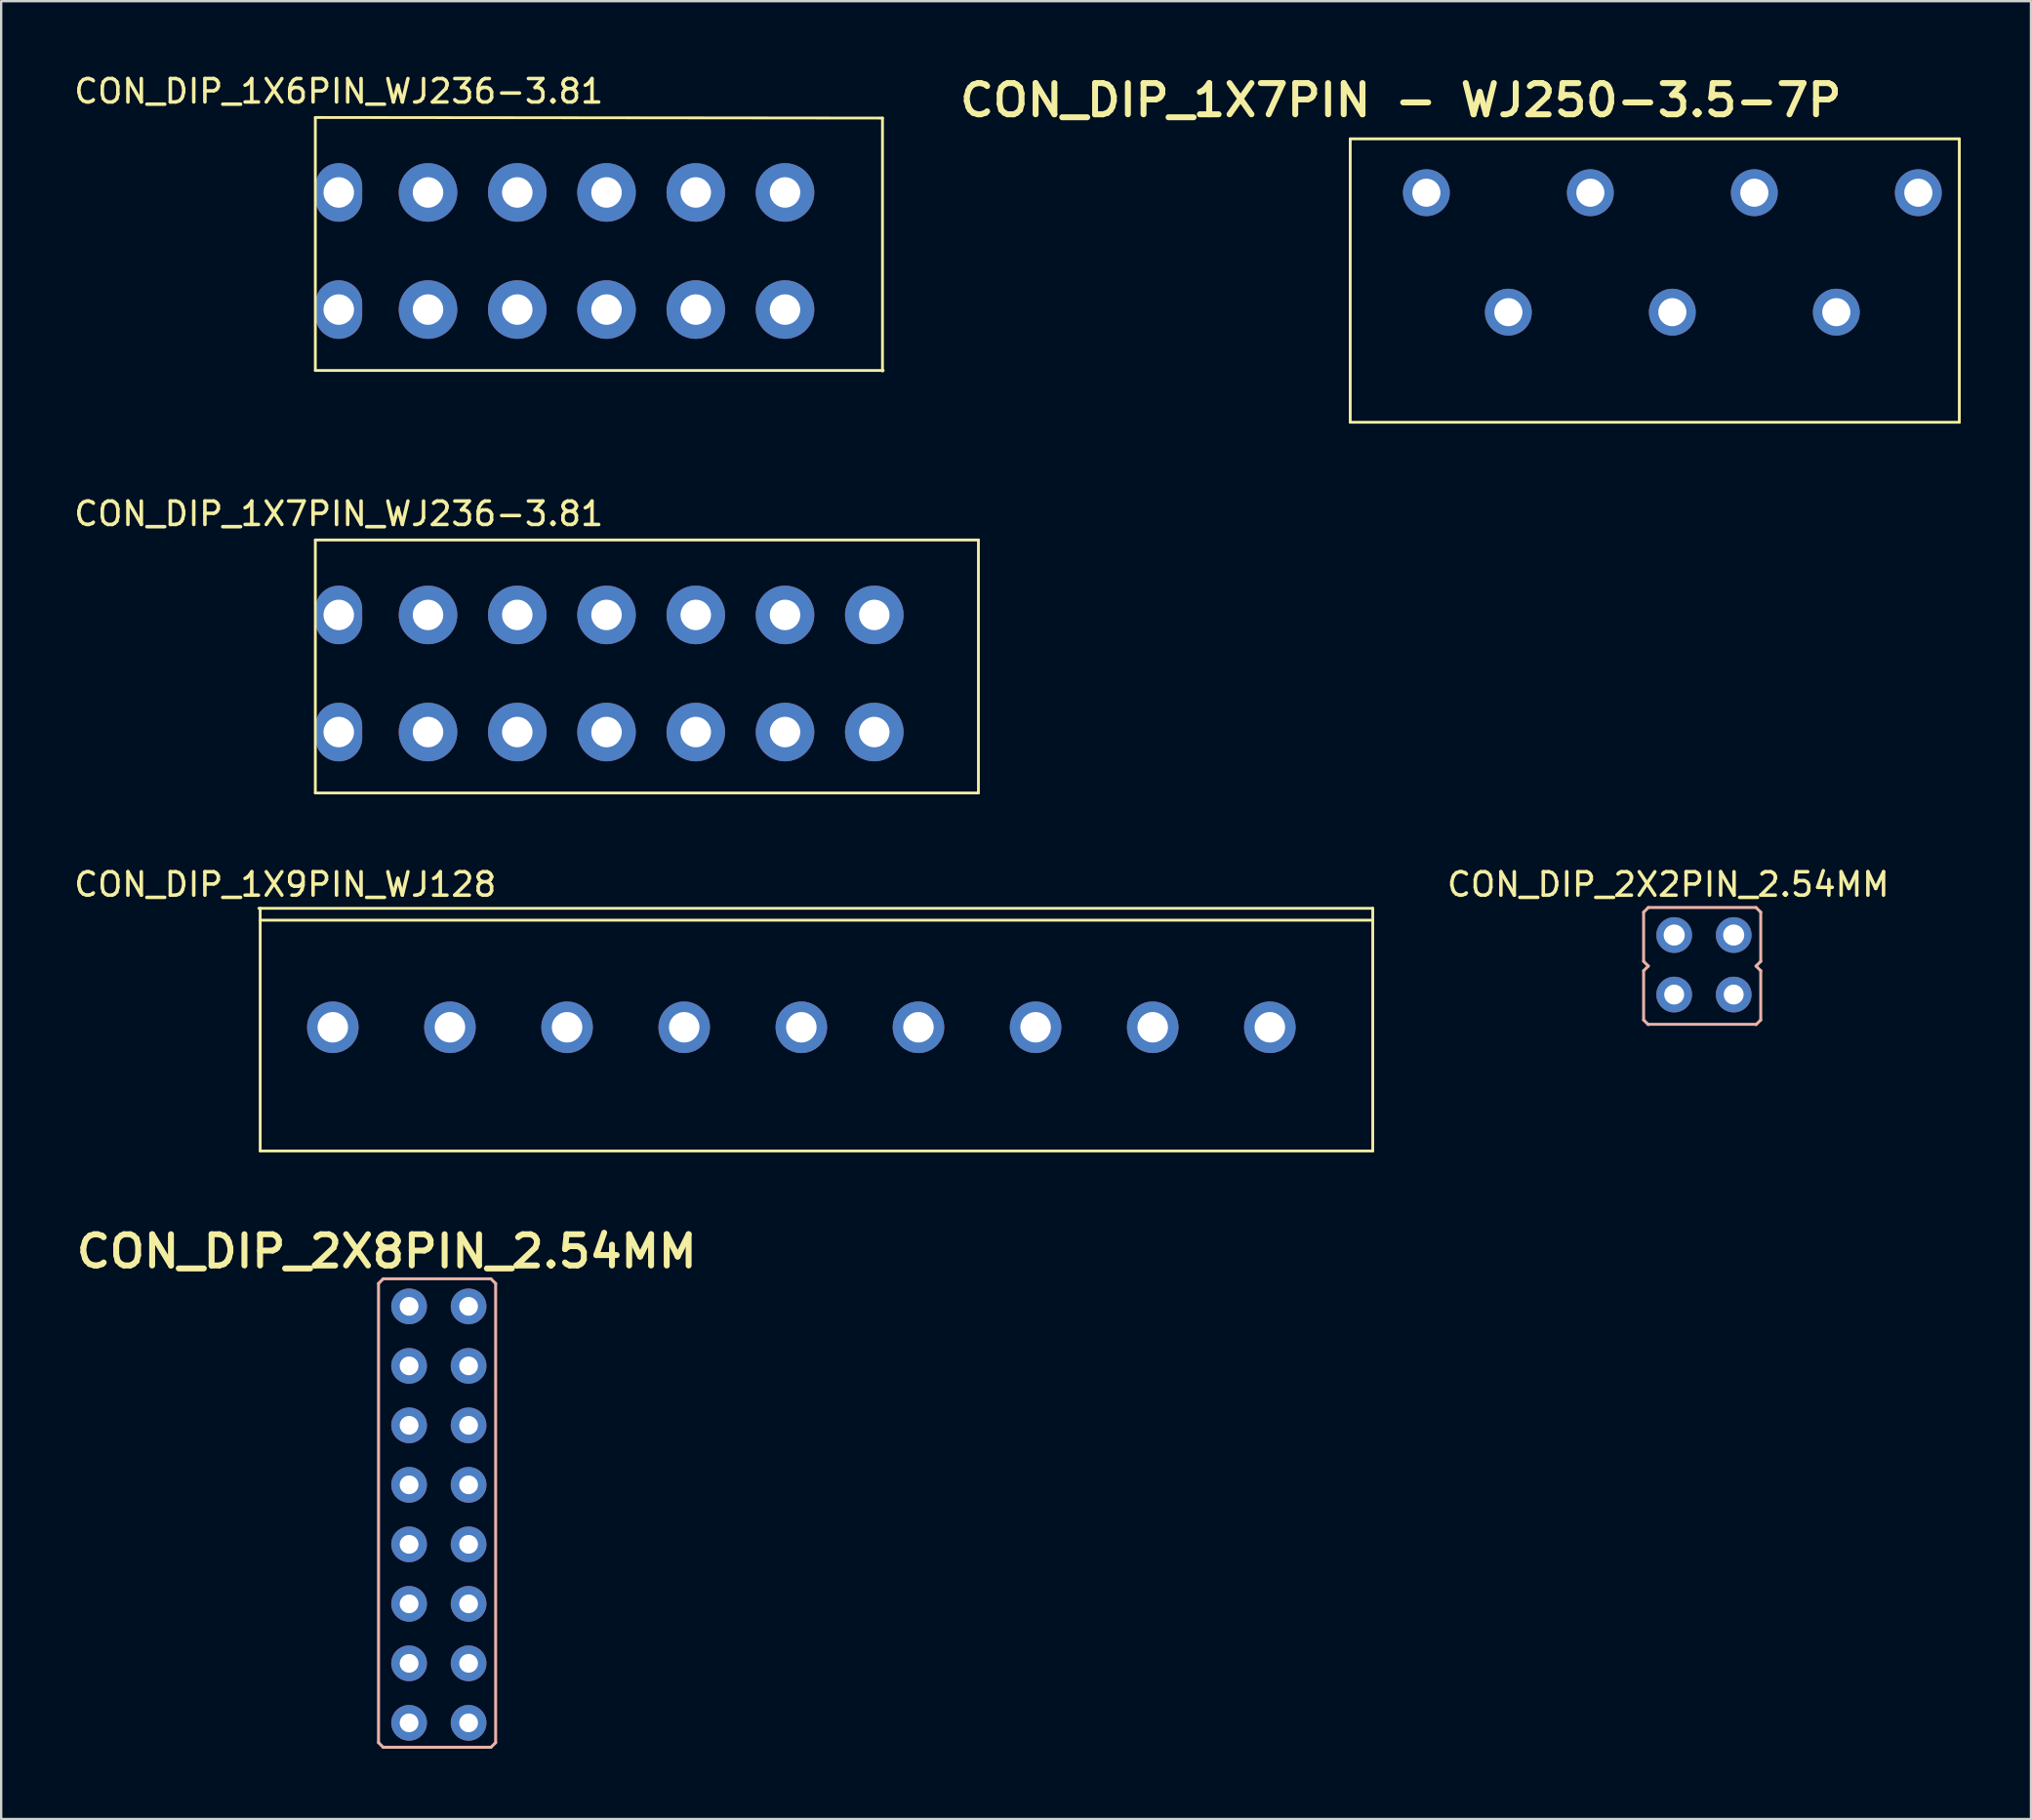
<source format=kicad_pcb>
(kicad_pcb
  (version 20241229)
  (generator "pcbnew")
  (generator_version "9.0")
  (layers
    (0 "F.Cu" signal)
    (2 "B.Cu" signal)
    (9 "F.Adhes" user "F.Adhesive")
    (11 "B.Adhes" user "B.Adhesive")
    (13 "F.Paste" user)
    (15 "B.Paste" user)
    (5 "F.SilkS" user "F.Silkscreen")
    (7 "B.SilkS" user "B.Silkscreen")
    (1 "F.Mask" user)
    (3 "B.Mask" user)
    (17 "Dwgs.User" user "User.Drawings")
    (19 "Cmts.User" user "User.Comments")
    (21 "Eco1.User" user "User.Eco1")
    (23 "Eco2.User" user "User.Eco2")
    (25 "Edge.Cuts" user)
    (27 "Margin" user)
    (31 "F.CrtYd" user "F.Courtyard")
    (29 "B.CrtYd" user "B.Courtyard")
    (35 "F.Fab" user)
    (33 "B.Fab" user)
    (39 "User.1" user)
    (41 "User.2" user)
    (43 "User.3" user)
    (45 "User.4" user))
  (footprint "CON_DIP_1X7PIN_WJ236-3.81"
    (layer "F.Cu")
    (at 22.841 25.997)
    (property "Reference" "CON_DIP_1X7PIN_WJ236-3.81" (at -11.43 -7.112 0) (layer "F.SilkS") (effects (font (size 1 1) (thickness 0.15))))
    (attr through_hole)
    (fp_line (start -12.43 -5.994) (end -12.43 4.806) (stroke (width 0.12) (type solid)) (layer "F.SilkS"))
    (fp_line (start -12.43 4.806) (end 15.875 4.806) (stroke (width 0.12) (type solid)) (layer "F.SilkS"))
    (fp_line (start 15.875 -5.994) (end -12.43 -5.994) (stroke (width 0.12) (type solid)) (layer "F.SilkS"))
    (fp_line (start 15.875 4.806) (end 15.875 -5.994) (stroke (width 0.12) (type solid)) (layer "F.SilkS"))
    (pad "1" thru_hole oval (at -11.43 -2.794) (size 2 2.5) (drill 1.3) (layers "*.Cu" "*.Mask"))
    (pad "1" thru_hole oval (at -11.43 2.206) (size 2 2.5) (drill 1.3) (layers "*.Cu" "*.Mask"))
    (pad "2" thru_hole circle (at -7.62 -2.794) (size 2.5 2.5) (drill 1.3) (layers "*.Cu" "*.Mask"))
    (pad "2" thru_hole circle (at -7.62 2.206) (size 2.5 2.5) (drill 1.3) (layers "*.Cu" "*.Mask"))
    (pad "3" thru_hole circle (at -3.81 -2.794) (size 2.5 2.5) (drill 1.3) (layers "*.Cu" "*.Mask"))
    (pad "3" thru_hole circle (at -3.81 2.206) (size 2.5 2.5) (drill 1.3) (layers "*.Cu" "*.Mask"))
    (pad "4" thru_hole circle (at 0 -2.794) (size 2.5 2.5) (drill 1.3) (layers "*.Cu" "*.Mask"))
    (pad "4" thru_hole circle (at 0 2.206) (size 2.5 2.5) (drill 1.3) (layers "*.Cu" "*.Mask"))
    (pad "5" thru_hole circle (at 3.81 -2.794) (size 2.5 2.5) (drill 1.3) (layers "*.Cu" "*.Mask"))
    (pad "5" thru_hole circle (at 3.81 2.206) (size 2.5 2.5) (drill 1.3) (layers "*.Cu" "*.Mask"))
    (pad "6" thru_hole circle (at 7.62 -2.794) (size 2.5 2.5) (drill 1.3) (layers "*.Cu" "*.Mask"))
    (pad "6" thru_hole circle (at 7.62 2.206) (size 2.5 2.5) (drill 1.3) (layers "*.Cu" "*.Mask"))
    (pad "7" thru_hole circle (at 11.43 -2.794) (size 2.5 2.5) (drill 1.3) (layers "*.Cu" "*.Mask"))
    (pad "7" thru_hole circle (at 11.43 2.206) (size 2.5 2.5) (drill 1.3) (layers "*.Cu" "*.Mask")))
  (footprint "CON_DIP_2X2PIN_2.54MM"
    (layer "F.Cu")
    (at 68.925 38.902)
    (property "Reference" "CON_DIP_2X2PIN_2.54MM" (at -0.762 -4.191 0) (unlocked yes) (layer "F.SilkS") (effects (font (size 1 1) (thickness 0.15))))
    (attr smd)
    (fp_line (start -1.813 -3.008) (end -1.613 -3.208) (stroke (width 0.127) (type solid)) (layer "B.SilkS"))
    (fp_line (start -1.813 -0.908) (end -1.813 -3.008) (stroke (width 0.127) (type solid)) (layer "B.SilkS"))
    (fp_line (start -1.813 -0.908) (end -1.613 -0.708) (stroke (width 0.127) (type solid)) (layer "B.SilkS"))
    (fp_line (start -1.813 -0.508) (end -1.613 -0.708) (stroke (width 0.127) (type solid)) (layer "B.SilkS"))
    (fp_line (start -1.813 1.592) (end -1.813 -0.508) (stroke (width 0.127) (type solid)) (layer "B.SilkS"))
    (fp_line (start -1.813 1.592) (end -1.613 1.792) (stroke (width 0.127) (type solid)) (layer "B.SilkS"))
    (fp_line (start -1.613 -3.208) (end 2.986 -3.208) (stroke (width 0.127) (type solid)) (layer "B.SilkS"))
    (fp_line (start -1.613 1.778) (end 2.986 1.778) (stroke (width 0.127) (type solid)) (layer "B.SilkS"))
    (fp_line (start 2.986 -3.208) (end 3.187 -3.008) (stroke (width 0.127) (type solid)) (layer "B.SilkS"))
    (fp_line (start 2.986 -0.708) (end 3.187 -0.908) (stroke (width 0.127) (type solid)) (layer "B.SilkS"))
    (fp_line (start 2.986 -0.708) (end 3.187 -0.508) (stroke (width 0.127) (type solid)) (layer "B.SilkS"))
    (fp_line (start 2.986 1.792) (end 3.187 1.592) (stroke (width 0.127) (type solid)) (layer "B.SilkS"))
    (fp_line (start 3.187 -0.908) (end 3.187 -3.008) (stroke (width 0.127) (type solid)) (layer "B.SilkS"))
    (fp_line (start 3.187 1.592) (end 3.187 -0.508) (stroke (width 0.127) (type solid)) (layer "B.SilkS"))
    (pad "1" thru_hole circle (at -0.508 -2.032) (size 1.524 1.524) (drill 0.9) (layers "*.Cu" "*.Mask"))
    (pad "2" thru_hole circle (at 2.032 -2.032) (size 1.524 1.524) (drill 0.9) (layers "*.Cu" "*.Mask"))
    (pad "3" thru_hole circle (at -0.508 0.508) (size 1.524 1.524) (drill 0.85) (layers "*.Cu" "*.Mask"))
    (pad "4" thru_hole circle (at 2.032 0.508) (size 1.524 1.524) (drill 0.85) (layers "*.Cu" "*.Mask")))
  (footprint "CON_DIP_1X7PIN - WJ250-3.5-7P"
    (layer "F.Cu")
    (at 68.304 7.703)
    (property "Reference" "CON_DIP_1X7PIN - WJ250-3.5-7P" (at -11.557 -6.477 0) (unlocked yes) (layer "F.SilkS") (effects (font (size 1.333 1.402) (thickness 0.254))))
    (attr smd)
    (fp_line (start -13.716 -4.826) (end -13.716 7.274) (stroke (width 0.12) (type solid)) (layer "F.SilkS"))
    (fp_line (start -13.716 -4.826) (end 12.284 -4.826) (stroke (width 0.12) (type solid)) (layer "F.SilkS"))
    (fp_line (start 12.284 7.274) (end -13.716 7.274) (stroke (width 0.12) (type solid)) (layer "F.SilkS"))
    (fp_line (start 12.284 7.274) (end 12.284 -4.826) (stroke (width 0.12) (type solid)) (layer "F.SilkS"))
    (pad "1" thru_hole circle (at -10.466 -2.526) (size 2 2) (drill 1.2) (layers "*.Cu" "*.Mask"))
    (pad "2" thru_hole circle (at -6.966 2.574) (size 2 2) (drill 1.2) (layers "*.Cu" "*.Mask"))
    (pad "3" thru_hole circle (at -3.466 -2.526) (size 2 2) (drill 1.2) (layers "*.Cu" "*.Mask"))
    (pad "4" thru_hole circle (at 0.034 2.574) (size 2 2) (drill 1.2) (layers "*.Cu" "*.Mask"))
    (pad "5" thru_hole circle (at 3.534 -2.526) (size 2 2) (drill 1.2) (layers "*.Cu" "*.Mask"))
    (pad "6" thru_hole circle (at 7.034 2.574) (size 2 2) (drill 1.2) (layers "*.Cu" "*.Mask"))
    (pad "7" thru_hole circle (at 10.534 -2.526) (size 2 2) (drill 1.2) (layers "*.Cu" "*.Mask")))
  (footprint "CON_DIP_1X9PIN_WJ128"
    (layer "F.Cu")
    (at 31.223 40.807)
    (property "Reference" "CON_DIP_1X9PIN_WJ128" (at -22.098 -6.096 0) (layer "F.SilkS") (effects (font (size 1 1) (thickness 0.15))))
    (attr through_hole)
    (fp_line (start -23.224 -5.08) (end 24.326 -5.08) (stroke (width 0.12) (type solid)) (layer "F.SilkS"))
    (fp_line (start -23.166 -5.08) (end -23.166 5.28) (stroke (width 0.12) (type solid)) (layer "F.SilkS"))
    (fp_line (start -23.166 -4.572) (end 24.326 -4.572) (stroke (width 0.12) (type solid)) (layer "F.SilkS"))
    (fp_line (start 24.326 5.28) (end -23.166 5.28) (stroke (width 0.12) (type solid)) (layer "F.SilkS"))
    (fp_line (start 24.326 5.28) (end 24.326 -5.08) (stroke (width 0.12) (type solid)) (layer "F.SilkS"))
    (pad "1" thru_hole circle (at -20.066 0) (size 2.2 2.2) (drill 1.3) (layers "*.Cu" "*.Mask"))
    (pad "2" thru_hole circle (at -15.066 0) (size 2.2 2.2) (drill 1.3) (layers "*.Cu" "*.Mask"))
    (pad "3" thru_hole circle (at -10.066 0) (size 2.2 2.2) (drill 1.3) (layers "*.Cu" "*.Mask"))
    (pad "4" thru_hole circle (at -5.066 0) (size 2.2 2.2) (drill 1.3) (layers "*.Cu" "*.Mask"))
    (pad "5" thru_hole circle (at -0.066 0) (size 2.2 2.2) (drill 1.3) (layers "*.Cu" "*.Mask"))
    (pad "6" thru_hole circle (at 4.934 0) (size 2.2 2.2) (drill 1.3) (layers "*.Cu" "*.Mask"))
    (pad "7" thru_hole circle (at 9.934 0) (size 2.2 2.2) (drill 1.3) (layers "*.Cu" "*.Mask"))
    (pad "8" thru_hole circle (at 14.934 0) (size 2.2 2.2) (drill 1.3) (layers "*.Cu" "*.Mask"))
    (pad "9" thru_hole circle (at 19.934 0) (size 2.2 2.2) (drill 1.3) (layers "*.Cu" "*.Mask")))
  (footprint "CON_DIP_1X6PIN_WJ236-3.81"
    (layer "F.Cu")
    (at 19.031 7.706)
    (property "Reference" "CON_DIP_1X6PIN_WJ236-3.81" (at -7.62 -6.858 0) (layer "F.SilkS") (effects (font (size 1 1) (thickness 0.15))))
    (attr through_hole)
    (fp_line (start -8.62 -5.74) (end -8.62 5.06) (stroke (width 0.12) (type solid)) (layer "F.SilkS"))
    (fp_line (start -8.62 5.06) (end 15.621 5.06) (stroke (width 0.12) (type solid)) (layer "F.SilkS"))
    (fp_line (start 15.59 -5.715) (end -8.62 -5.74) (stroke (width 0.12) (type solid)) (layer "F.SilkS"))
    (fp_line (start 15.59 5.085) (end 15.59 -5.715) (stroke (width 0.12) (type solid)) (layer "F.SilkS"))
    (pad "1" thru_hole oval (at -7.62 -2.54) (size 2 2.5) (drill 1.3) (layers "*.Cu" "*.Mask"))
    (pad "1" thru_hole oval (at -7.62 2.46) (size 2 2.5) (drill 1.3) (layers "*.Cu" "*.Mask"))
    (pad "2" thru_hole circle (at -3.81 -2.54) (size 2.5 2.5) (drill 1.3) (layers "*.Cu" "*.Mask"))
    (pad "2" thru_hole circle (at -3.81 2.46) (size 2.5 2.5) (drill 1.3) (layers "*.Cu" "*.Mask"))
    (pad "3" thru_hole circle (at 0 -2.54) (size 2.5 2.5) (drill 1.3) (layers "*.Cu" "*.Mask"))
    (pad "3" thru_hole circle (at 0 2.46) (size 2.5 2.5) (drill 1.3) (layers "*.Cu" "*.Mask"))
    (pad "4" thru_hole circle (at 3.81 -2.54) (size 2.5 2.5) (drill 1.3) (layers "*.Cu" "*.Mask"))
    (pad "4" thru_hole circle (at 3.81 2.46) (size 2.5 2.5) (drill 1.3) (layers "*.Cu" "*.Mask"))
    (pad "5" thru_hole circle (at 7.62 -2.54) (size 2.5 2.5) (drill 1.3) (layers "*.Cu" "*.Mask"))
    (pad "5" thru_hole circle (at 7.62 2.46) (size 2.5 2.5) (drill 1.3) (layers "*.Cu" "*.Mask"))
    (pad "6" thru_hole circle (at 11.43 -2.54) (size 2.5 2.5) (drill 1.3) (layers "*.Cu" "*.Mask"))
    (pad "6" thru_hole circle (at 11.43 2.46) (size 2.5 2.5) (drill 1.3) (layers "*.Cu" "*.Mask")))
  (footprint "CON_DIP_2X8PIN_2.54MM"
    (layer "F.Cu")
    (at 15.683 61.739)
    (property "Reference" "CON_DIP_2X8PIN_2.54MM" (at -2.223 -11.367 0) (unlocked yes) (layer "F.SilkS") (effects (font (size 1.333 1.402) (thickness 0.254))))
    (attr smd)
    (fp_line (start -2.575 -9.993) (end -2.376 -10.193) (stroke (width 0.127) (type solid)) (layer "B.SilkS"))
    (fp_line (start -2.575 9.607) (end -2.575 -9.993) (stroke (width 0.127) (type solid)) (layer "B.SilkS"))
    (fp_line (start -2.575 9.607) (end -2.376 9.807) (stroke (width 0.127) (type solid)) (layer "B.SilkS"))
    (fp_line (start -2.376 -10.193) (end 2.224 -10.193) (stroke (width 0.127) (type solid)) (layer "B.SilkS"))
    (fp_line (start -2.376 9.807) (end 2.224 9.807) (stroke (width 0.127) (type solid)) (layer "B.SilkS"))
    (fp_line (start 2.224 -10.193) (end 2.425 -9.993) (stroke (width 0.127) (type solid)) (layer "B.SilkS"))
    (fp_line (start 2.224 9.807) (end 2.425 9.607) (stroke (width 0.127) (type solid)) (layer "B.SilkS"))
    (fp_line (start 2.425 9.607) (end 2.425 -9.993) (stroke (width 0.127) (type solid)) (layer "B.SilkS"))
    (pad "1" thru_hole circle (at -1.27 -9.017) (size 1.524 1.524) (drill 0.8) (layers "*.Cu" "*.Mask"))
    (pad "2" thru_hole circle (at 1.27 -9.017) (size 1.524 1.524) (drill 0.8) (layers "*.Cu" "*.Mask"))
    (pad "3" thru_hole circle (at -1.27 -6.477) (size 1.524 1.524) (drill 0.8) (layers "*.Cu" "*.Mask"))
    (pad "4" thru_hole circle (at 1.27 -6.477) (size 1.524 1.524) (drill 0.8) (layers "*.Cu" "*.Mask"))
    (pad "5" thru_hole circle (at -1.27 -3.937) (size 1.524 1.524) (drill 0.8) (layers "*.Cu" "*.Mask"))
    (pad "6" thru_hole circle (at 1.27 -3.937) (size 1.524 1.524) (drill 0.8) (layers "*.Cu" "*.Mask"))
    (pad "7" thru_hole circle (at -1.27 -1.397) (size 1.524 1.524) (drill 0.8) (layers "*.Cu" "*.Mask"))
    (pad "8" thru_hole circle (at 1.27 -1.397) (size 1.524 1.524) (drill 0.8) (layers "*.Cu" "*.Mask"))
    (pad "9" thru_hole circle (at -1.27 1.143) (size 1.524 1.524) (drill 0.8) (layers "*.Cu" "*.Mask"))
    (pad "10" thru_hole circle (at 1.27 1.143) (size 1.524 1.524) (drill 0.8) (layers "*.Cu" "*.Mask"))
    (pad "11" thru_hole circle (at -1.27 3.683) (size 1.524 1.524) (drill 0.8) (layers "*.Cu" "*.Mask"))
    (pad "12" thru_hole circle (at 1.27 3.683) (size 1.524 1.524) (drill 0.8) (layers "*.Cu" "*.Mask"))
    (pad "13" thru_hole circle (at -1.27 6.223) (size 1.524 1.524) (drill 0.8) (layers "*.Cu" "*.Mask"))
    (pad "14" thru_hole circle (at 1.27 6.223) (size 1.524 1.524) (drill 0.8) (layers "*.Cu" "*.Mask"))
    (pad "15" thru_hole circle (at -1.27 8.763) (size 1.524 1.524) (drill 0.8) (layers "*.Cu" "*.Mask"))
    (pad "16" thru_hole circle (at 1.27 8.763) (size 1.524 1.524) (drill 0.8) (layers "*.Cu" "*.Mask")))
  (gr_rect
    (start -3 -3)
    (end 83.648 74.609)
    (stroke (width 0.1) (type default))
    (fill no)
    (layer "Edge.Cuts")))
</source>
